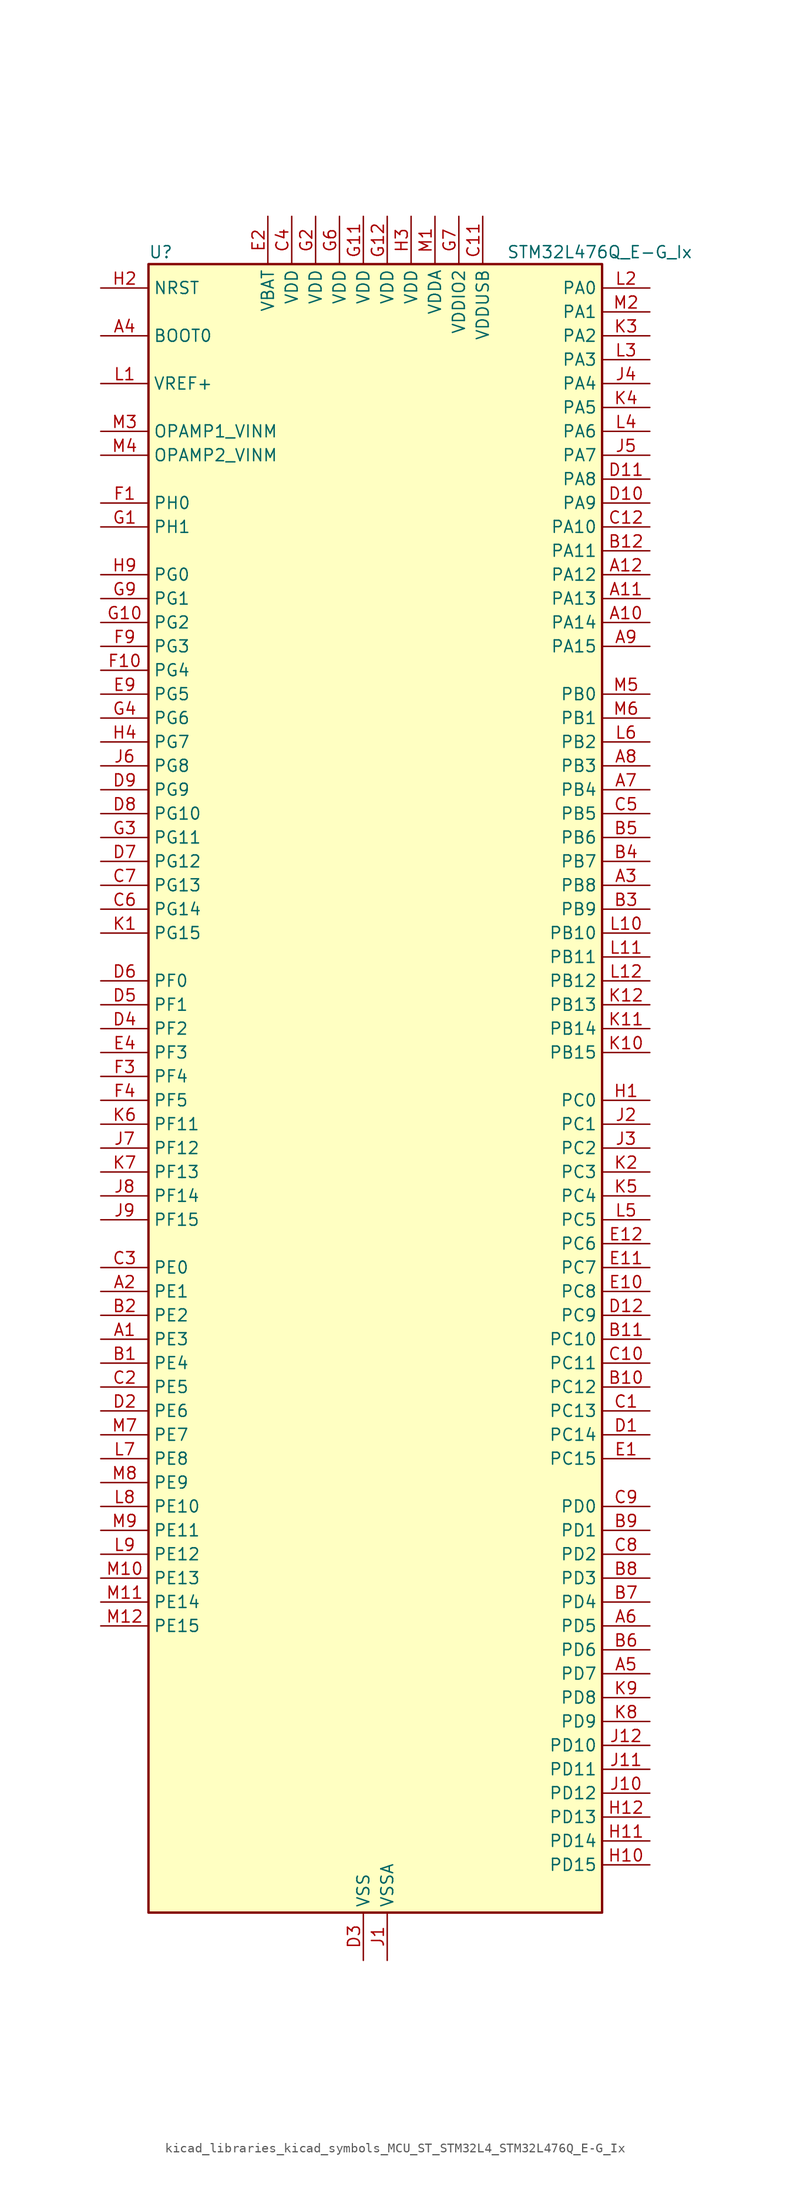
<source format=kicad_sym>
(kicad_symbol_lib
  (version 20220914)
  (generator kicad_symbol_editor)
  (symbol "kicad_libraries_kicad_symbols_MCU_ST_STM32L4_STM32L476Q_E-G_Ix"
    (property "Reference" "U"
      (at -22.86 90.17 0)
      (effects (font (size 1.27 1.27)) (justify left)))
    (property "Value" "STM32L476Q_E-G_Ix"
      (at 15.24 90.17 0)
      (effects (font (size 1.27 1.27)) (justify left)))
    (property "ki_locked" ""
      (at 0 0 0)
      (effects (font (size 1.27 1.27))))
    (symbol "kicad_libraries_kicad_symbols_MCU_ST_STM32L4_STM32L476Q_E-G_Ix_0_1"
      (rectangle (start -22.86 -86.36) (end 25.4 88.9) (stroke (width 0.254) (type default)) (fill (type background))))
    (symbol "kicad_libraries_kicad_symbols_MCU_ST_STM32L4_STM32L476Q_E-G_Ix_1_1"
      (pin bidirectional line (at -27.94 -25.4 0) (length 5.08) (name "PE3" (effects (font (size 1.27 1.27)))) (number "A1" (effects (font (size 1.27 1.27)))) (alternate "FMC_A19" bidirectional line) (alternate "LCD_SEG39" bidirectional line) (alternate "SAI1_SD_B" bidirectional line) (alternate "SYS_TRACED0" bidirectional line) (alternate "TIM3_CH1" bidirectional line) (alternate "TSC_G7_IO2" bidirectional line))
      (pin bidirectional line (at 30.48 50.8 180) (length 5.08) (name "PA14" (effects (font (size 1.27 1.27)))) (number "A10" (effects (font (size 1.27 1.27)))) (alternate "SYS_JTCK-SWCLK" bidirectional line))
      (pin bidirectional line (at 30.48 53.34 180) (length 5.08) (name "PA13" (effects (font (size 1.27 1.27)))) (number "A11" (effects (font (size 1.27 1.27)))) (alternate "IR_OUT" bidirectional line) (alternate "SYS_JTMS-SWDIO" bidirectional line) (alternate "USB_OTG_FS_NOE" bidirectional line))
      (pin bidirectional line (at 30.48 55.88 180) (length 5.08) (name "PA12" (effects (font (size 1.27 1.27)))) (number "A12" (effects (font (size 1.27 1.27)))) (alternate "CAN1_TX" bidirectional line) (alternate "TIM1_ETR" bidirectional line) (alternate "USART1_DE" bidirectional line) (alternate "USART1_RTS" bidirectional line) (alternate "USB_OTG_FS_DP" bidirectional line))
      (pin bidirectional line (at -27.94 -20.32 0) (length 5.08) (name "PE1" (effects (font (size 1.27 1.27)))) (number "A2" (effects (font (size 1.27 1.27)))) (alternate "FMC_NBL1" bidirectional line) (alternate "LCD_SEG37" bidirectional line) (alternate "TIM17_CH1" bidirectional line))
      (pin bidirectional line (at 30.48 22.86 180) (length 5.08) (name "PB8" (effects (font (size 1.27 1.27)))) (number "A3" (effects (font (size 1.27 1.27)))) (alternate "CAN1_RX" bidirectional line) (alternate "DFSDM1_DATIN6" bidirectional line) (alternate "I2C1_SCL" bidirectional line) (alternate "LCD_SEG16" bidirectional line) (alternate "SAI1_MCLK_A" bidirectional line) (alternate "SDMMC1_D4" bidirectional line) (alternate "TIM16_CH1" bidirectional line) (alternate "TIM4_CH3" bidirectional line))
      (pin input line (at -27.94 81.28 0) (length 5.08) (name "BOOT0" (effects (font (size 1.27 1.27)))) (number "A4" (effects (font (size 1.27 1.27)))))
      (pin bidirectional line (at 30.48 -60.96 180) (length 5.08) (name "PD7" (effects (font (size 1.27 1.27)))) (number "A5" (effects (font (size 1.27 1.27)))) (alternate "DFSDM1_CKIN1" bidirectional line) (alternate "FMC_NE1" bidirectional line) (alternate "USART2_CK" bidirectional line))
      (pin bidirectional line (at 30.48 -55.88 180) (length 5.08) (name "PD5" (effects (font (size 1.27 1.27)))) (number "A6" (effects (font (size 1.27 1.27)))) (alternate "FMC_NWE" bidirectional line) (alternate "USART2_TX" bidirectional line))
      (pin bidirectional line (at 30.48 33.02 180) (length 5.08) (name "PB4" (effects (font (size 1.27 1.27)))) (number "A7" (effects (font (size 1.27 1.27)))) (alternate "COMP2_INP" bidirectional line) (alternate "LCD_SEG8" bidirectional line) (alternate "SAI1_MCLK_B" bidirectional line) (alternate "SPI1_MISO" bidirectional line) (alternate "SPI3_MISO" bidirectional line) (alternate "SYS_JTRST" bidirectional line) (alternate "TIM17_BKIN" bidirectional line) (alternate "TIM3_CH1" bidirectional line) (alternate "TSC_G2_IO1" bidirectional line) (alternate "UART5_DE" bidirectional line) (alternate "UART5_RTS" bidirectional line) (alternate "USART1_CTS" bidirectional line))
      (pin bidirectional line (at 30.48 35.56 180) (length 5.08) (name "PB3" (effects (font (size 1.27 1.27)))) (number "A8" (effects (font (size 1.27 1.27)))) (alternate "COMP2_INM" bidirectional line) (alternate "LCD_SEG7" bidirectional line) (alternate "SAI1_SCK_B" bidirectional line) (alternate "SPI1_SCK" bidirectional line) (alternate "SPI3_SCK" bidirectional line) (alternate "SYS_JTDO-SWO" bidirectional line) (alternate "TIM2_CH2" bidirectional line) (alternate "USART1_DE" bidirectional line) (alternate "USART1_RTS" bidirectional line))
      (pin bidirectional line (at 30.48 48.26 180) (length 5.08) (name "PA15" (effects (font (size 1.27 1.27)))) (number "A9" (effects (font (size 1.27 1.27)))) (alternate "ADC1_EXTI15" bidirectional line) (alternate "ADC2_EXTI15" bidirectional line) (alternate "ADC3_EXTI15" bidirectional line) (alternate "LCD_SEG17" bidirectional line) (alternate "SAI2_FS_B" bidirectional line) (alternate "SPI1_NSS" bidirectional line) (alternate "SPI3_NSS" bidirectional line) (alternate "SYS_JTDI" bidirectional line) (alternate "TIM2_CH1" bidirectional line) (alternate "TIM2_ETR" bidirectional line) (alternate "TSC_G3_IO1" bidirectional line) (alternate "UART4_DE" bidirectional line) (alternate "UART4_RTS" bidirectional line))
      (pin bidirectional line (at -27.94 -27.94 0) (length 5.08) (name "PE4" (effects (font (size 1.27 1.27)))) (number "B1" (effects (font (size 1.27 1.27)))) (alternate "DFSDM1_DATIN3" bidirectional line) (alternate "FMC_A20" bidirectional line) (alternate "SAI1_FS_A" bidirectional line) (alternate "SYS_TRACED1" bidirectional line) (alternate "TIM3_CH2" bidirectional line) (alternate "TSC_G7_IO3" bidirectional line))
      (pin bidirectional line (at 30.48 -30.48 180) (length 5.08) (name "PC12" (effects (font (size 1.27 1.27)))) (number "B10" (effects (font (size 1.27 1.27)))) (alternate "LCD_COM6" bidirectional line) (alternate "LCD_SEG30" bidirectional line) (alternate "LCD_SEG42" bidirectional line) (alternate "SAI2_SD_B" bidirectional line) (alternate "SDMMC1_CK" bidirectional line) (alternate "SPI3_MOSI" bidirectional line) (alternate "TSC_G3_IO4" bidirectional line) (alternate "UART5_TX" bidirectional line) (alternate "USART3_CK" bidirectional line))
      (pin bidirectional line (at 30.48 -25.4 180) (length 5.08) (name "PC10" (effects (font (size 1.27 1.27)))) (number "B11" (effects (font (size 1.27 1.27)))) (alternate "LCD_COM4" bidirectional line) (alternate "LCD_SEG28" bidirectional line) (alternate "LCD_SEG40" bidirectional line) (alternate "SAI2_SCK_B" bidirectional line) (alternate "SDMMC1_D2" bidirectional line) (alternate "SPI3_SCK" bidirectional line) (alternate "TSC_G3_IO2" bidirectional line) (alternate "UART4_TX" bidirectional line) (alternate "USART3_TX" bidirectional line))
      (pin bidirectional line (at 30.48 58.42 180) (length 5.08) (name "PA11" (effects (font (size 1.27 1.27)))) (number "B12" (effects (font (size 1.27 1.27)))) (alternate "ADC1_EXTI11" bidirectional line) (alternate "ADC2_EXTI11" bidirectional line) (alternate "ADC3_EXTI11" bidirectional line) (alternate "CAN1_RX" bidirectional line) (alternate "TIM1_BKIN2" bidirectional line) (alternate "TIM1_BKIN2_COMP1" bidirectional line) (alternate "TIM1_CH4" bidirectional line) (alternate "USART1_CTS" bidirectional line) (alternate "USB_OTG_FS_DM" bidirectional line))
      (pin bidirectional line (at -27.94 -22.86 0) (length 5.08) (name "PE2" (effects (font (size 1.27 1.27)))) (number "B2" (effects (font (size 1.27 1.27)))) (alternate "FMC_A23" bidirectional line) (alternate "LCD_SEG38" bidirectional line) (alternate "SAI1_MCLK_A" bidirectional line) (alternate "SYS_TRACECLK" bidirectional line) (alternate "TIM3_ETR" bidirectional line) (alternate "TSC_G7_IO1" bidirectional line))
      (pin bidirectional line (at 30.48 20.32 180) (length 5.08) (name "PB9" (effects (font (size 1.27 1.27)))) (number "B3" (effects (font (size 1.27 1.27)))) (alternate "CAN1_TX" bidirectional line) (alternate "DAC1_EXTI9" bidirectional line) (alternate "DFSDM1_CKIN6" bidirectional line) (alternate "I2C1_SDA" bidirectional line) (alternate "IR_OUT" bidirectional line) (alternate "LCD_COM3" bidirectional line) (alternate "SAI1_FS_A" bidirectional line) (alternate "SDMMC1_D5" bidirectional line) (alternate "SPI2_NSS" bidirectional line) (alternate "TIM17_CH1" bidirectional line) (alternate "TIM4_CH4" bidirectional line))
      (pin bidirectional line (at 30.48 25.4 180) (length 5.08) (name "PB7" (effects (font (size 1.27 1.27)))) (number "B4" (effects (font (size 1.27 1.27)))) (alternate "COMP2_INM" bidirectional line) (alternate "DFSDM1_CKIN5" bidirectional line) (alternate "FMC_NL" bidirectional line) (alternate "I2C1_SDA" bidirectional line) (alternate "LCD_SEG21" bidirectional line) (alternate "LPTIM1_IN2" bidirectional line) (alternate "SYS_PVD_IN" bidirectional line) (alternate "TIM17_CH1N" bidirectional line) (alternate "TIM4_CH2" bidirectional line) (alternate "TIM8_BKIN" bidirectional line) (alternate "TIM8_BKIN_COMP1" bidirectional line) (alternate "TSC_G2_IO4" bidirectional line) (alternate "UART4_CTS" bidirectional line) (alternate "USART1_RX" bidirectional line))
      (pin bidirectional line (at 30.48 27.94 180) (length 5.08) (name "PB6" (effects (font (size 1.27 1.27)))) (number "B5" (effects (font (size 1.27 1.27)))) (alternate "COMP2_INP" bidirectional line) (alternate "DFSDM1_DATIN5" bidirectional line) (alternate "I2C1_SCL" bidirectional line) (alternate "LPTIM1_ETR" bidirectional line) (alternate "SAI1_FS_B" bidirectional line) (alternate "TIM16_CH1N" bidirectional line) (alternate "TIM4_CH1" bidirectional line) (alternate "TIM8_BKIN2" bidirectional line) (alternate "TIM8_BKIN2_COMP2" bidirectional line) (alternate "TSC_G2_IO3" bidirectional line) (alternate "USART1_TX" bidirectional line))
      (pin bidirectional line (at 30.48 -58.42 180) (length 5.08) (name "PD6" (effects (font (size 1.27 1.27)))) (number "B6" (effects (font (size 1.27 1.27)))) (alternate "DFSDM1_DATIN1" bidirectional line) (alternate "FMC_NWAIT" bidirectional line) (alternate "SAI1_SD_A" bidirectional line) (alternate "USART2_RX" bidirectional line))
      (pin bidirectional line (at 30.48 -53.34 180) (length 5.08) (name "PD4" (effects (font (size 1.27 1.27)))) (number "B7" (effects (font (size 1.27 1.27)))) (alternate "DFSDM1_CKIN0" bidirectional line) (alternate "FMC_NOE" bidirectional line) (alternate "SPI2_MOSI" bidirectional line) (alternate "USART2_DE" bidirectional line) (alternate "USART2_RTS" bidirectional line))
      (pin bidirectional line (at 30.48 -50.8 180) (length 5.08) (name "PD3" (effects (font (size 1.27 1.27)))) (number "B8" (effects (font (size 1.27 1.27)))) (alternate "DFSDM1_DATIN0" bidirectional line) (alternate "FMC_CLK" bidirectional line) (alternate "SPI2_MISO" bidirectional line) (alternate "USART2_CTS" bidirectional line))
      (pin bidirectional line (at 30.48 -45.72 180) (length 5.08) (name "PD1" (effects (font (size 1.27 1.27)))) (number "B9" (effects (font (size 1.27 1.27)))) (alternate "CAN1_TX" bidirectional line) (alternate "DFSDM1_CKIN7" bidirectional line) (alternate "FMC_D3" bidirectional line) (alternate "FMC_DA3" bidirectional line) (alternate "SPI2_SCK" bidirectional line))
      (pin bidirectional line (at 30.48 -33.02 180) (length 5.08) (name "PC13" (effects (font (size 1.27 1.27)))) (number "C1" (effects (font (size 1.27 1.27)))) (alternate "RTC_OUT_ALARM" bidirectional line) (alternate "RTC_OUT_CALIB" bidirectional line) (alternate "RTC_TAMP1" bidirectional line) (alternate "RTC_TS" bidirectional line) (alternate "SYS_WKUP2" bidirectional line))
      (pin bidirectional line (at 30.48 -27.94 180) (length 5.08) (name "PC11" (effects (font (size 1.27 1.27)))) (number "C10" (effects (font (size 1.27 1.27)))) (alternate "ADC1_EXTI11" bidirectional line) (alternate "ADC2_EXTI11" bidirectional line) (alternate "ADC3_EXTI11" bidirectional line) (alternate "LCD_COM5" bidirectional line) (alternate "LCD_SEG29" bidirectional line) (alternate "LCD_SEG41" bidirectional line) (alternate "SAI2_MCLK_B" bidirectional line) (alternate "SDMMC1_D3" bidirectional line) (alternate "SPI3_MISO" bidirectional line) (alternate "TSC_G3_IO3" bidirectional line) (alternate "UART4_RX" bidirectional line) (alternate "USART3_RX" bidirectional line))
      (pin power_in line (at 12.7 93.98 270) (length 5.08) (name "VDDUSB" (effects (font (size 1.27 1.27)))) (number "C11" (effects (font (size 1.27 1.27)))))
      (pin bidirectional line (at 30.48 60.96 180) (length 5.08) (name "PA10" (effects (font (size 1.27 1.27)))) (number "C12" (effects (font (size 1.27 1.27)))) (alternate "LCD_COM2" bidirectional line) (alternate "TIM17_BKIN" bidirectional line) (alternate "TIM1_CH3" bidirectional line) (alternate "USART1_RX" bidirectional line) (alternate "USB_OTG_FS_ID" bidirectional line))
      (pin bidirectional line (at -27.94 -30.48 0) (length 5.08) (name "PE5" (effects (font (size 1.27 1.27)))) (number "C2" (effects (font (size 1.27 1.27)))) (alternate "DFSDM1_CKIN3" bidirectional line) (alternate "FMC_A21" bidirectional line) (alternate "SAI1_SCK_A" bidirectional line) (alternate "SYS_TRACED2" bidirectional line) (alternate "TIM3_CH3" bidirectional line) (alternate "TSC_G7_IO4" bidirectional line))
      (pin bidirectional line (at -27.94 -17.78 0) (length 5.08) (name "PE0" (effects (font (size 1.27 1.27)))) (number "C3" (effects (font (size 1.27 1.27)))) (alternate "FMC_NBL0" bidirectional line) (alternate "LCD_SEG36" bidirectional line) (alternate "TIM16_CH1" bidirectional line) (alternate "TIM4_ETR" bidirectional line))
      (pin power_in line (at -7.62 93.98 270) (length 5.08) (name "VDD" (effects (font (size 1.27 1.27)))) (number "C4" (effects (font (size 1.27 1.27)))))
      (pin bidirectional line (at 30.48 30.48 180) (length 5.08) (name "PB5" (effects (font (size 1.27 1.27)))) (number "C5" (effects (font (size 1.27 1.27)))) (alternate "COMP2_OUT" bidirectional line) (alternate "I2C1_SMBA" bidirectional line) (alternate "LCD_SEG9" bidirectional line) (alternate "LPTIM1_IN1" bidirectional line) (alternate "SAI1_SD_B" bidirectional line) (alternate "SPI1_MOSI" bidirectional line) (alternate "SPI3_MOSI" bidirectional line) (alternate "TIM16_BKIN" bidirectional line) (alternate "TIM3_CH2" bidirectional line) (alternate "TSC_G2_IO2" bidirectional line) (alternate "UART5_CTS" bidirectional line) (alternate "USART1_CK" bidirectional line))
      (pin bidirectional line (at -27.94 20.32 0) (length 5.08) (name "PG14" (effects (font (size 1.27 1.27)))) (number "C6" (effects (font (size 1.27 1.27)))) (alternate "FMC_A25" bidirectional line) (alternate "I2C1_SCL" bidirectional line))
      (pin bidirectional line (at -27.94 22.86 0) (length 5.08) (name "PG13" (effects (font (size 1.27 1.27)))) (number "C7" (effects (font (size 1.27 1.27)))) (alternate "FMC_A24" bidirectional line) (alternate "I2C1_SDA" bidirectional line) (alternate "USART1_CK" bidirectional line))
      (pin bidirectional line (at 30.48 -48.26 180) (length 5.08) (name "PD2" (effects (font (size 1.27 1.27)))) (number "C8" (effects (font (size 1.27 1.27)))) (alternate "LCD_COM7" bidirectional line) (alternate "LCD_SEG31" bidirectional line) (alternate "LCD_SEG43" bidirectional line) (alternate "SDMMC1_CMD" bidirectional line) (alternate "TIM3_ETR" bidirectional line) (alternate "TSC_SYNC" bidirectional line) (alternate "UART5_RX" bidirectional line) (alternate "USART3_DE" bidirectional line) (alternate "USART3_RTS" bidirectional line))
      (pin bidirectional line (at 30.48 -43.18 180) (length 5.08) (name "PD0" (effects (font (size 1.27 1.27)))) (number "C9" (effects (font (size 1.27 1.27)))) (alternate "CAN1_RX" bidirectional line) (alternate "DFSDM1_DATIN7" bidirectional line) (alternate "FMC_D2" bidirectional line) (alternate "FMC_DA2" bidirectional line) (alternate "SPI2_NSS" bidirectional line))
      (pin bidirectional line (at 30.48 -35.56 180) (length 5.08) (name "PC14" (effects (font (size 1.27 1.27)))) (number "D1" (effects (font (size 1.27 1.27)))) (alternate "RCC_OSC32_IN" bidirectional line))
      (pin bidirectional line (at 30.48 63.5 180) (length 5.08) (name "PA9" (effects (font (size 1.27 1.27)))) (number "D10" (effects (font (size 1.27 1.27)))) (alternate "DAC1_EXTI9" bidirectional line) (alternate "LCD_COM1" bidirectional line) (alternate "TIM15_BKIN" bidirectional line) (alternate "TIM1_CH2" bidirectional line) (alternate "USART1_TX" bidirectional line) (alternate "USB_OTG_FS_VBUS" bidirectional line))
      (pin bidirectional line (at 30.48 66.04 180) (length 5.08) (name "PA8" (effects (font (size 1.27 1.27)))) (number "D11" (effects (font (size 1.27 1.27)))) (alternate "LCD_COM0" bidirectional line) (alternate "LPTIM2_OUT" bidirectional line) (alternate "RCC_MCO" bidirectional line) (alternate "TIM1_CH1" bidirectional line) (alternate "USART1_CK" bidirectional line) (alternate "USB_OTG_FS_SOF" bidirectional line))
      (pin bidirectional line (at 30.48 -22.86 180) (length 5.08) (name "PC9" (effects (font (size 1.27 1.27)))) (number "D12" (effects (font (size 1.27 1.27)))) (alternate "DAC1_EXTI9" bidirectional line) (alternate "LCD_SEG27" bidirectional line) (alternate "SAI2_EXTCLK" bidirectional line) (alternate "SDMMC1_D1" bidirectional line) (alternate "TIM3_CH4" bidirectional line) (alternate "TIM8_BKIN2" bidirectional line) (alternate "TIM8_BKIN2_COMP1" bidirectional line) (alternate "TIM8_CH4" bidirectional line) (alternate "TSC_G4_IO4" bidirectional line) (alternate "USB_OTG_FS_NOE" bidirectional line))
      (pin bidirectional line (at -27.94 -33.02 0) (length 5.08) (name "PE6" (effects (font (size 1.27 1.27)))) (number "D2" (effects (font (size 1.27 1.27)))) (alternate "FMC_A22" bidirectional line) (alternate "RTC_TAMP3" bidirectional line) (alternate "SAI1_SD_A" bidirectional line) (alternate "SYS_TRACED3" bidirectional line) (alternate "SYS_WKUP3" bidirectional line) (alternate "TIM3_CH4" bidirectional line))
      (pin power_in line (at 0 -91.44 90) (length 5.08) (name "VSS" (effects (font (size 1.27 1.27)))) (number "D3" (effects (font (size 1.27 1.27)))))
      (pin bidirectional line (at -27.94 7.62 0) (length 5.08) (name "PF2" (effects (font (size 1.27 1.27)))) (number "D4" (effects (font (size 1.27 1.27)))) (alternate "FMC_A2" bidirectional line) (alternate "I2C2_SMBA" bidirectional line))
      (pin bidirectional line (at -27.94 10.16 0) (length 5.08) (name "PF1" (effects (font (size 1.27 1.27)))) (number "D5" (effects (font (size 1.27 1.27)))) (alternate "FMC_A1" bidirectional line) (alternate "I2C2_SCL" bidirectional line))
      (pin bidirectional line (at -27.94 12.7 0) (length 5.08) (name "PF0" (effects (font (size 1.27 1.27)))) (number "D6" (effects (font (size 1.27 1.27)))) (alternate "FMC_A0" bidirectional line) (alternate "I2C2_SDA" bidirectional line))
      (pin bidirectional line (at -27.94 25.4 0) (length 5.08) (name "PG12" (effects (font (size 1.27 1.27)))) (number "D7" (effects (font (size 1.27 1.27)))) (alternate "FMC_NE4" bidirectional line) (alternate "LPTIM1_ETR" bidirectional line) (alternate "SAI2_SD_A" bidirectional line) (alternate "SPI3_NSS" bidirectional line) (alternate "USART1_DE" bidirectional line) (alternate "USART1_RTS" bidirectional line))
      (pin bidirectional line (at -27.94 30.48 0) (length 5.08) (name "PG10" (effects (font (size 1.27 1.27)))) (number "D8" (effects (font (size 1.27 1.27)))) (alternate "FMC_NE3" bidirectional line) (alternate "LPTIM1_IN1" bidirectional line) (alternate "SAI2_FS_A" bidirectional line) (alternate "SPI3_MISO" bidirectional line) (alternate "TIM15_CH1" bidirectional line) (alternate "USART1_RX" bidirectional line))
      (pin bidirectional line (at -27.94 33.02 0) (length 5.08) (name "PG9" (effects (font (size 1.27 1.27)))) (number "D9" (effects (font (size 1.27 1.27)))) (alternate "DAC1_EXTI9" bidirectional line) (alternate "FMC_NCE3" bidirectional line) (alternate "FMC_NE2" bidirectional line) (alternate "SAI2_SCK_A" bidirectional line) (alternate "SPI3_SCK" bidirectional line) (alternate "TIM15_CH1N" bidirectional line) (alternate "USART1_TX" bidirectional line))
      (pin bidirectional line (at 30.48 -38.1 180) (length 5.08) (name "PC15" (effects (font (size 1.27 1.27)))) (number "E1" (effects (font (size 1.27 1.27)))) (alternate "ADC1_EXTI15" bidirectional line) (alternate "ADC2_EXTI15" bidirectional line) (alternate "ADC3_EXTI15" bidirectional line) (alternate "RCC_OSC32_OUT" bidirectional line))
      (pin bidirectional line (at 30.48 -20.32 180) (length 5.08) (name "PC8" (effects (font (size 1.27 1.27)))) (number "E10" (effects (font (size 1.27 1.27)))) (alternate "LCD_SEG26" bidirectional line) (alternate "SDMMC1_D0" bidirectional line) (alternate "TIM3_CH3" bidirectional line) (alternate "TIM8_CH3" bidirectional line) (alternate "TSC_G4_IO3" bidirectional line))
      (pin bidirectional line (at 30.48 -17.78 180) (length 5.08) (name "PC7" (effects (font (size 1.27 1.27)))) (number "E11" (effects (font (size 1.27 1.27)))) (alternate "DFSDM1_DATIN3" bidirectional line) (alternate "LCD_SEG25" bidirectional line) (alternate "SAI2_MCLK_B" bidirectional line) (alternate "SDMMC1_D7" bidirectional line) (alternate "TIM3_CH2" bidirectional line) (alternate "TIM8_CH2" bidirectional line) (alternate "TSC_G4_IO2" bidirectional line))
      (pin bidirectional line (at 30.48 -15.24 180) (length 5.08) (name "PC6" (effects (font (size 1.27 1.27)))) (number "E12" (effects (font (size 1.27 1.27)))) (alternate "DFSDM1_CKIN3" bidirectional line) (alternate "LCD_SEG24" bidirectional line) (alternate "SAI2_MCLK_A" bidirectional line) (alternate "SDMMC1_D6" bidirectional line) (alternate "TIM3_CH1" bidirectional line) (alternate "TIM8_CH1" bidirectional line) (alternate "TSC_G4_IO1" bidirectional line))
      (pin power_in line (at -10.16 93.98 270) (length 5.08) (name "VBAT" (effects (font (size 1.27 1.27)))) (number "E2" (effects (font (size 1.27 1.27)))))
      (pin passive line (at 0 -91.44 90) (length 5.08) hide (name "VSS" (effects (font (size 1.27 1.27)))) (number "E3" (effects (font (size 1.27 1.27)))))
      (pin bidirectional line (at -27.94 5.08 0) (length 5.08) (name "PF3" (effects (font (size 1.27 1.27)))) (number "E4" (effects (font (size 1.27 1.27)))) (alternate "ADC3_IN6" bidirectional line) (alternate "FMC_A3" bidirectional line))
      (pin bidirectional line (at -27.94 43.18 0) (length 5.08) (name "PG5" (effects (font (size 1.27 1.27)))) (number "E9" (effects (font (size 1.27 1.27)))) (alternate "FMC_A15" bidirectional line) (alternate "LPUART1_CTS" bidirectional line) (alternate "SAI2_SD_B" bidirectional line) (alternate "SPI1_NSS" bidirectional line))
      (pin bidirectional line (at -27.94 63.5 0) (length 5.08) (name "PH0" (effects (font (size 1.27 1.27)))) (number "F1" (effects (font (size 1.27 1.27)))) (alternate "RCC_OSC_IN" bidirectional line))
      (pin bidirectional line (at -27.94 45.72 0) (length 5.08) (name "PG4" (effects (font (size 1.27 1.27)))) (number "F10" (effects (font (size 1.27 1.27)))) (alternate "FMC_A14" bidirectional line) (alternate "SAI2_MCLK_B" bidirectional line) (alternate "SPI1_MOSI" bidirectional line))
      (pin passive line (at 0 -91.44 90) (length 5.08) hide (name "VSS" (effects (font (size 1.27 1.27)))) (number "F11" (effects (font (size 1.27 1.27)))))
      (pin passive line (at 0 -91.44 90) (length 5.08) hide (name "VSS" (effects (font (size 1.27 1.27)))) (number "F12" (effects (font (size 1.27 1.27)))))
      (pin passive line (at 0 -91.44 90) (length 5.08) hide (name "VSS" (effects (font (size 1.27 1.27)))) (number "F2" (effects (font (size 1.27 1.27)))))
      (pin bidirectional line (at -27.94 2.54 0) (length 5.08) (name "PF4" (effects (font (size 1.27 1.27)))) (number "F3" (effects (font (size 1.27 1.27)))) (alternate "ADC3_IN7" bidirectional line) (alternate "FMC_A4" bidirectional line))
      (pin bidirectional line (at -27.94 0 0) (length 5.08) (name "PF5" (effects (font (size 1.27 1.27)))) (number "F4" (effects (font (size 1.27 1.27)))) (alternate "ADC3_IN8" bidirectional line) (alternate "FMC_A5" bidirectional line))
      (pin passive line (at 0 -91.44 90) (length 5.08) hide (name "VSS" (effects (font (size 1.27 1.27)))) (number "F6" (effects (font (size 1.27 1.27)))))
      (pin passive line (at 0 -91.44 90) (length 5.08) hide (name "VSS" (effects (font (size 1.27 1.27)))) (number "F7" (effects (font (size 1.27 1.27)))))
      (pin bidirectional line (at -27.94 48.26 0) (length 5.08) (name "PG3" (effects (font (size 1.27 1.27)))) (number "F9" (effects (font (size 1.27 1.27)))) (alternate "FMC_A13" bidirectional line) (alternate "SAI2_FS_B" bidirectional line) (alternate "SPI1_MISO" bidirectional line))
      (pin bidirectional line (at -27.94 60.96 0) (length 5.08) (name "PH1" (effects (font (size 1.27 1.27)))) (number "G1" (effects (font (size 1.27 1.27)))) (alternate "RCC_OSC_OUT" bidirectional line))
      (pin bidirectional line (at -27.94 50.8 0) (length 5.08) (name "PG2" (effects (font (size 1.27 1.27)))) (number "G10" (effects (font (size 1.27 1.27)))) (alternate "FMC_A12" bidirectional line) (alternate "SAI2_SCK_B" bidirectional line) (alternate "SPI1_SCK" bidirectional line))
      (pin power_in line (at 0 93.98 270) (length 5.08) (name "VDD" (effects (font (size 1.27 1.27)))) (number "G11" (effects (font (size 1.27 1.27)))))
      (pin power_in line (at 2.54 93.98 270) (length 5.08) (name "VDD" (effects (font (size 1.27 1.27)))) (number "G12" (effects (font (size 1.27 1.27)))))
      (pin power_in line (at -5.08 93.98 270) (length 5.08) (name "VDD" (effects (font (size 1.27 1.27)))) (number "G2" (effects (font (size 1.27 1.27)))))
      (pin bidirectional line (at -27.94 27.94 0) (length 5.08) (name "PG11" (effects (font (size 1.27 1.27)))) (number "G3" (effects (font (size 1.27 1.27)))) (alternate "ADC1_EXTI11" bidirectional line) (alternate "ADC2_EXTI11" bidirectional line) (alternate "ADC3_EXTI11" bidirectional line) (alternate "LPTIM1_IN2" bidirectional line) (alternate "SAI2_MCLK_A" bidirectional line) (alternate "SPI3_MOSI" bidirectional line) (alternate "TIM15_CH2" bidirectional line) (alternate "USART1_CTS" bidirectional line))
      (pin bidirectional line (at -27.94 40.64 0) (length 5.08) (name "PG6" (effects (font (size 1.27 1.27)))) (number "G4" (effects (font (size 1.27 1.27)))) (alternate "I2C3_SMBA" bidirectional line) (alternate "LPUART1_DE" bidirectional line) (alternate "LPUART1_RTS" bidirectional line))
      (pin power_in line (at -2.54 93.98 270) (length 5.08) (name "VDD" (effects (font (size 1.27 1.27)))) (number "G6" (effects (font (size 1.27 1.27)))))
      (pin power_in line (at 10.16 93.98 270) (length 5.08) (name "VDDIO2" (effects (font (size 1.27 1.27)))) (number "G7" (effects (font (size 1.27 1.27)))))
      (pin bidirectional line (at -27.94 53.34 0) (length 5.08) (name "PG1" (effects (font (size 1.27 1.27)))) (number "G9" (effects (font (size 1.27 1.27)))) (alternate "FMC_A11" bidirectional line) (alternate "TSC_G8_IO4" bidirectional line))
      (pin bidirectional line (at 30.48 0 180) (length 5.08) (name "PC0" (effects (font (size 1.27 1.27)))) (number "H1" (effects (font (size 1.27 1.27)))) (alternate "ADC1_IN1" bidirectional line) (alternate "ADC2_IN1" bidirectional line) (alternate "ADC3_IN1" bidirectional line) (alternate "DFSDM1_DATIN4" bidirectional line) (alternate "I2C3_SCL" bidirectional line) (alternate "LCD_SEG18" bidirectional line) (alternate "LPTIM1_IN1" bidirectional line) (alternate "LPTIM2_IN1" bidirectional line) (alternate "LPUART1_RX" bidirectional line))
      (pin bidirectional line (at 30.48 -81.28 180) (length 5.08) (name "PD15" (effects (font (size 1.27 1.27)))) (number "H10" (effects (font (size 1.27 1.27)))) (alternate "ADC1_EXTI15" bidirectional line) (alternate "ADC2_EXTI15" bidirectional line) (alternate "ADC3_EXTI15" bidirectional line) (alternate "FMC_D1" bidirectional line) (alternate "FMC_DA1" bidirectional line) (alternate "LCD_SEG35" bidirectional line) (alternate "TIM4_CH4" bidirectional line))
      (pin bidirectional line (at 30.48 -78.74 180) (length 5.08) (name "PD14" (effects (font (size 1.27 1.27)))) (number "H11" (effects (font (size 1.27 1.27)))) (alternate "FMC_D0" bidirectional line) (alternate "FMC_DA0" bidirectional line) (alternate "LCD_SEG34" bidirectional line) (alternate "TIM4_CH3" bidirectional line))
      (pin bidirectional line (at 30.48 -76.2 180) (length 5.08) (name "PD13" (effects (font (size 1.27 1.27)))) (number "H12" (effects (font (size 1.27 1.27)))) (alternate "FMC_A18" bidirectional line) (alternate "LCD_SEG33" bidirectional line) (alternate "LPTIM2_OUT" bidirectional line) (alternate "TIM4_CH2" bidirectional line) (alternate "TSC_G6_IO4" bidirectional line))
      (pin input line (at -27.94 86.36 0) (length 5.08) (name "NRST" (effects (font (size 1.27 1.27)))) (number "H2" (effects (font (size 1.27 1.27)))))
      (pin power_in line (at 5.08 93.98 270) (length 5.08) (name "VDD" (effects (font (size 1.27 1.27)))) (number "H3" (effects (font (size 1.27 1.27)))))
      (pin bidirectional line (at -27.94 38.1 0) (length 5.08) (name "PG7" (effects (font (size 1.27 1.27)))) (number "H4" (effects (font (size 1.27 1.27)))) (alternate "FMC_INT3" bidirectional line) (alternate "I2C3_SCL" bidirectional line) (alternate "LPUART1_TX" bidirectional line))
      (pin bidirectional line (at -27.94 55.88 0) (length 5.08) (name "PG0" (effects (font (size 1.27 1.27)))) (number "H9" (effects (font (size 1.27 1.27)))) (alternate "FMC_A10" bidirectional line) (alternate "TSC_G8_IO3" bidirectional line))
      (pin power_in line (at 2.54 -91.44 90) (length 5.08) (name "VSSA" (effects (font (size 1.27 1.27)))) (number "J1" (effects (font (size 1.27 1.27)))))
      (pin bidirectional line (at 30.48 -73.66 180) (length 5.08) (name "PD12" (effects (font (size 1.27 1.27)))) (number "J10" (effects (font (size 1.27 1.27)))) (alternate "FMC_A17" bidirectional line) (alternate "FMC_ALE" bidirectional line) (alternate "LCD_SEG32" bidirectional line) (alternate "LPTIM2_IN1" bidirectional line) (alternate "SAI2_FS_A" bidirectional line) (alternate "TIM4_CH1" bidirectional line) (alternate "TSC_G6_IO3" bidirectional line) (alternate "USART3_DE" bidirectional line) (alternate "USART3_RTS" bidirectional line))
      (pin bidirectional line (at 30.48 -71.12 180) (length 5.08) (name "PD11" (effects (font (size 1.27 1.27)))) (number "J11" (effects (font (size 1.27 1.27)))) (alternate "ADC1_EXTI11" bidirectional line) (alternate "ADC2_EXTI11" bidirectional line) (alternate "ADC3_EXTI11" bidirectional line) (alternate "FMC_A16" bidirectional line) (alternate "FMC_CLE" bidirectional line) (alternate "LCD_SEG31" bidirectional line) (alternate "LPTIM2_ETR" bidirectional line) (alternate "SAI2_SD_A" bidirectional line) (alternate "TSC_G6_IO2" bidirectional line) (alternate "USART3_CTS" bidirectional line))
      (pin bidirectional line (at 30.48 -68.58 180) (length 5.08) (name "PD10" (effects (font (size 1.27 1.27)))) (number "J12" (effects (font (size 1.27 1.27)))) (alternate "FMC_D15" bidirectional line) (alternate "FMC_DA15" bidirectional line) (alternate "LCD_SEG30" bidirectional line) (alternate "SAI2_SCK_A" bidirectional line) (alternate "TSC_G6_IO1" bidirectional line) (alternate "USART3_CK" bidirectional line))
      (pin bidirectional line (at 30.48 -2.54 180) (length 5.08) (name "PC1" (effects (font (size 1.27 1.27)))) (number "J2" (effects (font (size 1.27 1.27)))) (alternate "ADC1_IN2" bidirectional line) (alternate "ADC2_IN2" bidirectional line) (alternate "ADC3_IN2" bidirectional line) (alternate "DFSDM1_CKIN4" bidirectional line) (alternate "I2C3_SDA" bidirectional line) (alternate "LCD_SEG19" bidirectional line) (alternate "LPTIM1_OUT" bidirectional line) (alternate "LPUART1_TX" bidirectional line))
      (pin bidirectional line (at 30.48 -5.08 180) (length 5.08) (name "PC2" (effects (font (size 1.27 1.27)))) (number "J3" (effects (font (size 1.27 1.27)))) (alternate "ADC1_IN3" bidirectional line) (alternate "ADC2_IN3" bidirectional line) (alternate "ADC3_IN3" bidirectional line) (alternate "DFSDM1_CKOUT" bidirectional line) (alternate "LCD_SEG20" bidirectional line) (alternate "LPTIM1_IN2" bidirectional line) (alternate "SPI2_MISO" bidirectional line))
      (pin bidirectional line (at 30.48 76.2 180) (length 5.08) (name "PA4" (effects (font (size 1.27 1.27)))) (number "J4" (effects (font (size 1.27 1.27)))) (alternate "ADC1_IN9" bidirectional line) (alternate "ADC2_IN9" bidirectional line) (alternate "DAC1_OUT1" bidirectional line) (alternate "LPTIM2_OUT" bidirectional line) (alternate "SAI1_FS_B" bidirectional line) (alternate "SPI1_NSS" bidirectional line) (alternate "SPI3_NSS" bidirectional line) (alternate "USART2_CK" bidirectional line))
      (pin bidirectional line (at 30.48 68.58 180) (length 5.08) (name "PA7" (effects (font (size 1.27 1.27)))) (number "J5" (effects (font (size 1.27 1.27)))) (alternate "ADC1_IN12" bidirectional line) (alternate "ADC2_IN12" bidirectional line) (alternate "LCD_SEG4" bidirectional line) (alternate "OPAMP2_VINM" bidirectional line) (alternate "QUADSPI_BK1_IO2" bidirectional line) (alternate "SPI1_MOSI" bidirectional line) (alternate "TIM17_CH1" bidirectional line) (alternate "TIM1_CH1N" bidirectional line) (alternate "TIM3_CH2" bidirectional line) (alternate "TIM8_CH1N" bidirectional line))
      (pin bidirectional line (at -27.94 35.56 0) (length 5.08) (name "PG8" (effects (font (size 1.27 1.27)))) (number "J6" (effects (font (size 1.27 1.27)))) (alternate "I2C3_SDA" bidirectional line) (alternate "LPUART1_RX" bidirectional line))
      (pin bidirectional line (at -27.94 -5.08 0) (length 5.08) (name "PF12" (effects (font (size 1.27 1.27)))) (number "J7" (effects (font (size 1.27 1.27)))) (alternate "FMC_A6" bidirectional line))
      (pin bidirectional line (at -27.94 -10.16 0) (length 5.08) (name "PF14" (effects (font (size 1.27 1.27)))) (number "J8" (effects (font (size 1.27 1.27)))) (alternate "DFSDM1_CKIN6" bidirectional line) (alternate "FMC_A8" bidirectional line) (alternate "TSC_G8_IO1" bidirectional line))
      (pin bidirectional line (at -27.94 -12.7 0) (length 5.08) (name "PF15" (effects (font (size 1.27 1.27)))) (number "J9" (effects (font (size 1.27 1.27)))) (alternate "ADC1_EXTI15" bidirectional line) (alternate "ADC2_EXTI15" bidirectional line) (alternate "ADC3_EXTI15" bidirectional line) (alternate "FMC_A9" bidirectional line) (alternate "TSC_G8_IO2" bidirectional line))
      (pin bidirectional line (at -27.94 17.78 0) (length 5.08) (name "PG15" (effects (font (size 1.27 1.27)))) (number "K1" (effects (font (size 1.27 1.27)))) (alternate "ADC1_EXTI15" bidirectional line) (alternate "ADC2_EXTI15" bidirectional line) (alternate "ADC3_EXTI15" bidirectional line) (alternate "I2C1_SMBA" bidirectional line) (alternate "LPTIM1_OUT" bidirectional line))
      (pin bidirectional line (at 30.48 5.08 180) (length 5.08) (name "PB15" (effects (font (size 1.27 1.27)))) (number "K10" (effects (font (size 1.27 1.27)))) (alternate "ADC1_EXTI15" bidirectional line) (alternate "ADC2_EXTI15" bidirectional line) (alternate "ADC3_EXTI15" bidirectional line) (alternate "DFSDM1_CKIN2" bidirectional line) (alternate "LCD_SEG15" bidirectional line) (alternate "RTC_REFIN" bidirectional line) (alternate "SAI2_SD_A" bidirectional line) (alternate "SPI2_MOSI" bidirectional line) (alternate "SWPMI1_SUSPEND" bidirectional line) (alternate "TIM15_CH2" bidirectional line) (alternate "TIM1_CH3N" bidirectional line) (alternate "TIM8_CH3N" bidirectional line) (alternate "TSC_G1_IO4" bidirectional line))
      (pin bidirectional line (at 30.48 7.62 180) (length 5.08) (name "PB14" (effects (font (size 1.27 1.27)))) (number "K11" (effects (font (size 1.27 1.27)))) (alternate "DFSDM1_DATIN2" bidirectional line) (alternate "I2C2_SDA" bidirectional line) (alternate "LCD_SEG14" bidirectional line) (alternate "SAI2_MCLK_A" bidirectional line) (alternate "SPI2_MISO" bidirectional line) (alternate "SWPMI1_RX" bidirectional line) (alternate "TIM15_CH1" bidirectional line) (alternate "TIM1_CH2N" bidirectional line) (alternate "TIM8_CH2N" bidirectional line) (alternate "TSC_G1_IO3" bidirectional line) (alternate "USART3_DE" bidirectional line) (alternate "USART3_RTS" bidirectional line))
      (pin bidirectional line (at 30.48 10.16 180) (length 5.08) (name "PB13" (effects (font (size 1.27 1.27)))) (number "K12" (effects (font (size 1.27 1.27)))) (alternate "DFSDM1_CKIN1" bidirectional line) (alternate "I2C2_SCL" bidirectional line) (alternate "LCD_SEG13" bidirectional line) (alternate "LPUART1_CTS" bidirectional line) (alternate "SAI2_SCK_A" bidirectional line) (alternate "SPI2_SCK" bidirectional line) (alternate "SWPMI1_TX" bidirectional line) (alternate "TIM15_CH1N" bidirectional line) (alternate "TIM1_CH1N" bidirectional line) (alternate "TSC_G1_IO2" bidirectional line) (alternate "USART3_CTS" bidirectional line))
      (pin bidirectional line (at 30.48 -7.62 180) (length 5.08) (name "PC3" (effects (font (size 1.27 1.27)))) (number "K2" (effects (font (size 1.27 1.27)))) (alternate "ADC1_IN4" bidirectional line) (alternate "ADC2_IN4" bidirectional line) (alternate "ADC3_IN4" bidirectional line) (alternate "LCD_VLCD" bidirectional line) (alternate "LPTIM1_ETR" bidirectional line) (alternate "LPTIM2_ETR" bidirectional line) (alternate "SAI1_SD_A" bidirectional line) (alternate "SPI2_MOSI" bidirectional line))
      (pin bidirectional line (at 30.48 81.28 180) (length 5.08) (name "PA2" (effects (font (size 1.27 1.27)))) (number "K3" (effects (font (size 1.27 1.27)))) (alternate "ADC1_IN7" bidirectional line) (alternate "ADC2_IN7" bidirectional line) (alternate "LCD_SEG1" bidirectional line) (alternate "RCC_LSCO" bidirectional line) (alternate "SAI2_EXTCLK" bidirectional line) (alternate "SYS_WKUP4" bidirectional line) (alternate "TIM15_CH1" bidirectional line) (alternate "TIM2_CH3" bidirectional line) (alternate "TIM5_CH3" bidirectional line) (alternate "USART2_TX" bidirectional line))
      (pin bidirectional line (at 30.48 73.66 180) (length 5.08) (name "PA5" (effects (font (size 1.27 1.27)))) (number "K4" (effects (font (size 1.27 1.27)))) (alternate "ADC1_IN10" bidirectional line) (alternate "ADC2_IN10" bidirectional line) (alternate "DAC1_OUT2" bidirectional line) (alternate "LPTIM2_ETR" bidirectional line) (alternate "SPI1_SCK" bidirectional line) (alternate "TIM2_CH1" bidirectional line) (alternate "TIM2_ETR" bidirectional line) (alternate "TIM8_CH1N" bidirectional line))
      (pin bidirectional line (at 30.48 -10.16 180) (length 5.08) (name "PC4" (effects (font (size 1.27 1.27)))) (number "K5" (effects (font (size 1.27 1.27)))) (alternate "ADC1_IN13" bidirectional line) (alternate "ADC2_IN13" bidirectional line) (alternate "COMP1_INM" bidirectional line) (alternate "LCD_SEG22" bidirectional line) (alternate "USART3_TX" bidirectional line))
      (pin bidirectional line (at -27.94 -2.54 0) (length 5.08) (name "PF11" (effects (font (size 1.27 1.27)))) (number "K6" (effects (font (size 1.27 1.27)))) (alternate "ADC1_EXTI11" bidirectional line) (alternate "ADC2_EXTI11" bidirectional line) (alternate "ADC3_EXTI11" bidirectional line))
      (pin bidirectional line (at -27.94 -7.62 0) (length 5.08) (name "PF13" (effects (font (size 1.27 1.27)))) (number "K7" (effects (font (size 1.27 1.27)))) (alternate "DFSDM1_DATIN6" bidirectional line) (alternate "FMC_A7" bidirectional line))
      (pin bidirectional line (at 30.48 -66.04 180) (length 5.08) (name "PD9" (effects (font (size 1.27 1.27)))) (number "K8" (effects (font (size 1.27 1.27)))) (alternate "DAC1_EXTI9" bidirectional line) (alternate "FMC_D14" bidirectional line) (alternate "FMC_DA14" bidirectional line) (alternate "LCD_SEG29" bidirectional line) (alternate "SAI2_MCLK_A" bidirectional line) (alternate "USART3_RX" bidirectional line))
      (pin bidirectional line (at 30.48 -63.5 180) (length 5.08) (name "PD8" (effects (font (size 1.27 1.27)))) (number "K9" (effects (font (size 1.27 1.27)))) (alternate "FMC_D13" bidirectional line) (alternate "FMC_DA13" bidirectional line) (alternate "LCD_SEG28" bidirectional line) (alternate "USART3_TX" bidirectional line))
      (pin input line (at -27.94 76.2 0) (length 5.08) (name "VREF+" (effects (font (size 1.27 1.27)))) (number "L1" (effects (font (size 1.27 1.27)))) (alternate "VREFBUF_OUT" bidirectional line))
      (pin bidirectional line (at 30.48 17.78 180) (length 5.08) (name "PB10" (effects (font (size 1.27 1.27)))) (number "L10" (effects (font (size 1.27 1.27)))) (alternate "COMP1_OUT" bidirectional line) (alternate "DFSDM1_DATIN7" bidirectional line) (alternate "I2C2_SCL" bidirectional line) (alternate "LCD_SEG10" bidirectional line) (alternate "LPUART1_RX" bidirectional line) (alternate "QUADSPI_CLK" bidirectional line) (alternate "SAI1_SCK_A" bidirectional line) (alternate "SPI2_SCK" bidirectional line) (alternate "TIM2_CH3" bidirectional line) (alternate "USART3_TX" bidirectional line))
      (pin bidirectional line (at 30.48 15.24 180) (length 5.08) (name "PB11" (effects (font (size 1.27 1.27)))) (number "L11" (effects (font (size 1.27 1.27)))) (alternate "ADC1_EXTI11" bidirectional line) (alternate "ADC2_EXTI11" bidirectional line) (alternate "ADC3_EXTI11" bidirectional line) (alternate "COMP2_OUT" bidirectional line) (alternate "DFSDM1_CKIN7" bidirectional line) (alternate "I2C2_SDA" bidirectional line) (alternate "LCD_SEG11" bidirectional line) (alternate "LPUART1_TX" bidirectional line) (alternate "QUADSPI_NCS" bidirectional line) (alternate "TIM2_CH4" bidirectional line) (alternate "USART3_RX" bidirectional line))
      (pin bidirectional line (at 30.48 12.7 180) (length 5.08) (name "PB12" (effects (font (size 1.27 1.27)))) (number "L12" (effects (font (size 1.27 1.27)))) (alternate "DFSDM1_DATIN1" bidirectional line) (alternate "I2C2_SMBA" bidirectional line) (alternate "LCD_SEG12" bidirectional line) (alternate "LPUART1_DE" bidirectional line) (alternate "LPUART1_RTS" bidirectional line) (alternate "SAI2_FS_A" bidirectional line) (alternate "SPI2_NSS" bidirectional line) (alternate "SWPMI1_IO" bidirectional line) (alternate "TIM15_BKIN" bidirectional line) (alternate "TIM1_BKIN" bidirectional line) (alternate "TIM1_BKIN_COMP2" bidirectional line) (alternate "TSC_G1_IO1" bidirectional line) (alternate "USART3_CK" bidirectional line))
      (pin bidirectional line (at 30.48 86.36 180) (length 5.08) (name "PA0" (effects (font (size 1.27 1.27)))) (number "L2" (effects (font (size 1.27 1.27)))) (alternate "ADC1_IN5" bidirectional line) (alternate "ADC2_IN5" bidirectional line) (alternate "OPAMP1_VINP" bidirectional line) (alternate "RTC_TAMP2" bidirectional line) (alternate "SAI1_EXTCLK" bidirectional line) (alternate "SYS_WKUP1" bidirectional line) (alternate "TIM2_CH1" bidirectional line) (alternate "TIM2_ETR" bidirectional line) (alternate "TIM5_CH1" bidirectional line) (alternate "TIM8_ETR" bidirectional line) (alternate "UART4_TX" bidirectional line) (alternate "USART2_CTS" bidirectional line))
      (pin bidirectional line (at 30.48 78.74 180) (length 5.08) (name "PA3" (effects (font (size 1.27 1.27)))) (number "L3" (effects (font (size 1.27 1.27)))) (alternate "ADC1_IN8" bidirectional line) (alternate "ADC2_IN8" bidirectional line) (alternate "LCD_SEG2" bidirectional line) (alternate "OPAMP1_VOUT" bidirectional line) (alternate "TIM15_CH2" bidirectional line) (alternate "TIM2_CH4" bidirectional line) (alternate "TIM5_CH4" bidirectional line) (alternate "USART2_RX" bidirectional line))
      (pin bidirectional line (at 30.48 71.12 180) (length 5.08) (name "PA6" (effects (font (size 1.27 1.27)))) (number "L4" (effects (font (size 1.27 1.27)))) (alternate "ADC1_IN11" bidirectional line) (alternate "ADC2_IN11" bidirectional line) (alternate "LCD_SEG3" bidirectional line) (alternate "OPAMP2_VINP" bidirectional line) (alternate "QUADSPI_BK1_IO3" bidirectional line) (alternate "SPI1_MISO" bidirectional line) (alternate "TIM16_CH1" bidirectional line) (alternate "TIM1_BKIN" bidirectional line) (alternate "TIM1_BKIN_COMP2" bidirectional line) (alternate "TIM3_CH1" bidirectional line) (alternate "TIM8_BKIN" bidirectional line) (alternate "TIM8_BKIN_COMP2" bidirectional line) (alternate "USART3_CTS" bidirectional line))
      (pin bidirectional line (at 30.48 -12.7 180) (length 5.08) (name "PC5" (effects (font (size 1.27 1.27)))) (number "L5" (effects (font (size 1.27 1.27)))) (alternate "ADC1_IN14" bidirectional line) (alternate "ADC2_IN14" bidirectional line) (alternate "COMP1_INP" bidirectional line) (alternate "LCD_SEG23" bidirectional line) (alternate "SYS_WKUP5" bidirectional line) (alternate "USART3_RX" bidirectional line))
      (pin bidirectional line (at 30.48 38.1 180) (length 5.08) (name "PB2" (effects (font (size 1.27 1.27)))) (number "L6" (effects (font (size 1.27 1.27)))) (alternate "COMP1_INP" bidirectional line) (alternate "DFSDM1_CKIN0" bidirectional line) (alternate "I2C3_SMBA" bidirectional line) (alternate "LPTIM1_OUT" bidirectional line) (alternate "RTC_OUT_ALARM" bidirectional line) (alternate "RTC_OUT_CALIB" bidirectional line))
      (pin bidirectional line (at -27.94 -38.1 0) (length 5.08) (name "PE8" (effects (font (size 1.27 1.27)))) (number "L7" (effects (font (size 1.27 1.27)))) (alternate "DFSDM1_CKIN2" bidirectional line) (alternate "FMC_D5" bidirectional line) (alternate "FMC_DA5" bidirectional line) (alternate "SAI1_SCK_B" bidirectional line) (alternate "TIM1_CH1N" bidirectional line))
      (pin bidirectional line (at -27.94 -43.18 0) (length 5.08) (name "PE10" (effects (font (size 1.27 1.27)))) (number "L8" (effects (font (size 1.27 1.27)))) (alternate "DFSDM1_DATIN4" bidirectional line) (alternate "FMC_D7" bidirectional line) (alternate "FMC_DA7" bidirectional line) (alternate "QUADSPI_CLK" bidirectional line) (alternate "SAI1_MCLK_B" bidirectional line) (alternate "TIM1_CH2N" bidirectional line) (alternate "TSC_G5_IO1" bidirectional line))
      (pin bidirectional line (at -27.94 -48.26 0) (length 5.08) (name "PE12" (effects (font (size 1.27 1.27)))) (number "L9" (effects (font (size 1.27 1.27)))) (alternate "DFSDM1_DATIN5" bidirectional line) (alternate "FMC_D9" bidirectional line) (alternate "FMC_DA9" bidirectional line) (alternate "QUADSPI_BK1_IO0" bidirectional line) (alternate "SPI1_NSS" bidirectional line) (alternate "TIM1_CH3N" bidirectional line) (alternate "TSC_G5_IO3" bidirectional line))
      (pin power_in line (at 7.62 93.98 270) (length 5.08) (name "VDDA" (effects (font (size 1.27 1.27)))) (number "M1" (effects (font (size 1.27 1.27)))))
      (pin bidirectional line (at -27.94 -50.8 0) (length 5.08) (name "PE13" (effects (font (size 1.27 1.27)))) (number "M10" (effects (font (size 1.27 1.27)))) (alternate "DFSDM1_CKIN5" bidirectional line) (alternate "FMC_D10" bidirectional line) (alternate "FMC_DA10" bidirectional line) (alternate "QUADSPI_BK1_IO1" bidirectional line) (alternate "SPI1_SCK" bidirectional line) (alternate "TIM1_CH3" bidirectional line) (alternate "TSC_G5_IO4" bidirectional line))
      (pin bidirectional line (at -27.94 -53.34 0) (length 5.08) (name "PE14" (effects (font (size 1.27 1.27)))) (number "M11" (effects (font (size 1.27 1.27)))) (alternate "FMC_D11" bidirectional line) (alternate "FMC_DA11" bidirectional line) (alternate "QUADSPI_BK1_IO2" bidirectional line) (alternate "SPI1_MISO" bidirectional line) (alternate "TIM1_BKIN2" bidirectional line) (alternate "TIM1_BKIN2_COMP2" bidirectional line) (alternate "TIM1_CH4" bidirectional line))
      (pin bidirectional line (at -27.94 -55.88 0) (length 5.08) (name "PE15" (effects (font (size 1.27 1.27)))) (number "M12" (effects (font (size 1.27 1.27)))) (alternate "ADC1_EXTI15" bidirectional line) (alternate "ADC2_EXTI15" bidirectional line) (alternate "ADC3_EXTI15" bidirectional line) (alternate "FMC_D12" bidirectional line) (alternate "FMC_DA12" bidirectional line) (alternate "QUADSPI_BK1_IO3" bidirectional line) (alternate "SPI1_MOSI" bidirectional line) (alternate "TIM1_BKIN" bidirectional line) (alternate "TIM1_BKIN_COMP1" bidirectional line))
      (pin bidirectional line (at 30.48 83.82 180) (length 5.08) (name "PA1" (effects (font (size 1.27 1.27)))) (number "M2" (effects (font (size 1.27 1.27)))) (alternate "ADC1_IN6" bidirectional line) (alternate "ADC2_IN6" bidirectional line) (alternate "LCD_SEG0" bidirectional line) (alternate "OPAMP1_VINM" bidirectional line) (alternate "TIM15_CH1N" bidirectional line) (alternate "TIM2_CH2" bidirectional line) (alternate "TIM5_CH2" bidirectional line) (alternate "UART4_RX" bidirectional line) (alternate "USART2_DE" bidirectional line) (alternate "USART2_RTS" bidirectional line))
      (pin bidirectional line (at -27.94 71.12 0) (length 5.08) (name "OPAMP1_VINM" (effects (font (size 1.27 1.27)))) (number "M3" (effects (font (size 1.27 1.27)))) (alternate "OPAMP1_VINM" bidirectional line))
      (pin bidirectional line (at -27.94 68.58 0) (length 5.08) (name "OPAMP2_VINM" (effects (font (size 1.27 1.27)))) (number "M4" (effects (font (size 1.27 1.27)))) (alternate "OPAMP2_VINM" bidirectional line))
      (pin bidirectional line (at 30.48 43.18 180) (length 5.08) (name "PB0" (effects (font (size 1.27 1.27)))) (number "M5" (effects (font (size 1.27 1.27)))) (alternate "ADC1_IN15" bidirectional line) (alternate "ADC2_IN15" bidirectional line) (alternate "COMP1_OUT" bidirectional line) (alternate "LCD_SEG5" bidirectional line) (alternate "OPAMP2_VOUT" bidirectional line) (alternate "QUADSPI_BK1_IO1" bidirectional line) (alternate "TIM1_CH2N" bidirectional line) (alternate "TIM3_CH3" bidirectional line) (alternate "TIM8_CH2N" bidirectional line) (alternate "USART3_CK" bidirectional line))
      (pin bidirectional line (at 30.48 40.64 180) (length 5.08) (name "PB1" (effects (font (size 1.27 1.27)))) (number "M6" (effects (font (size 1.27 1.27)))) (alternate "ADC1_IN16" bidirectional line) (alternate "ADC2_IN16" bidirectional line) (alternate "COMP1_INM" bidirectional line) (alternate "DFSDM1_DATIN0" bidirectional line) (alternate "LCD_SEG6" bidirectional line) (alternate "LPTIM2_IN1" bidirectional line) (alternate "QUADSPI_BK1_IO0" bidirectional line) (alternate "TIM1_CH3N" bidirectional line) (alternate "TIM3_CH4" bidirectional line) (alternate "TIM8_CH3N" bidirectional line) (alternate "USART3_DE" bidirectional line) (alternate "USART3_RTS" bidirectional line))
      (pin bidirectional line (at -27.94 -35.56 0) (length 5.08) (name "PE7" (effects (font (size 1.27 1.27)))) (number "M7" (effects (font (size 1.27 1.27)))) (alternate "DFSDM1_DATIN2" bidirectional line) (alternate "FMC_D4" bidirectional line) (alternate "FMC_DA4" bidirectional line) (alternate "SAI1_SD_B" bidirectional line) (alternate "TIM1_ETR" bidirectional line))
      (pin bidirectional line (at -27.94 -40.64 0) (length 5.08) (name "PE9" (effects (font (size 1.27 1.27)))) (number "M8" (effects (font (size 1.27 1.27)))) (alternate "DAC1_EXTI9" bidirectional line) (alternate "DFSDM1_CKOUT" bidirectional line) (alternate "FMC_D6" bidirectional line) (alternate "FMC_DA6" bidirectional line) (alternate "SAI1_FS_B" bidirectional line) (alternate "TIM1_CH1" bidirectional line))
      (pin bidirectional line (at -27.94 -45.72 0) (length 5.08) (name "PE11" (effects (font (size 1.27 1.27)))) (number "M9" (effects (font (size 1.27 1.27)))) (alternate "ADC1_EXTI11" bidirectional line) (alternate "ADC2_EXTI11" bidirectional line) (alternate "ADC3_EXTI11" bidirectional line) (alternate "DFSDM1_CKIN4" bidirectional line) (alternate "FMC_D8" bidirectional line) (alternate "FMC_DA8" bidirectional line) (alternate "QUADSPI_NCS" bidirectional line) (alternate "TIM1_CH2" bidirectional line) (alternate "TSC_G5_IO2" bidirectional line)))))
</source>
